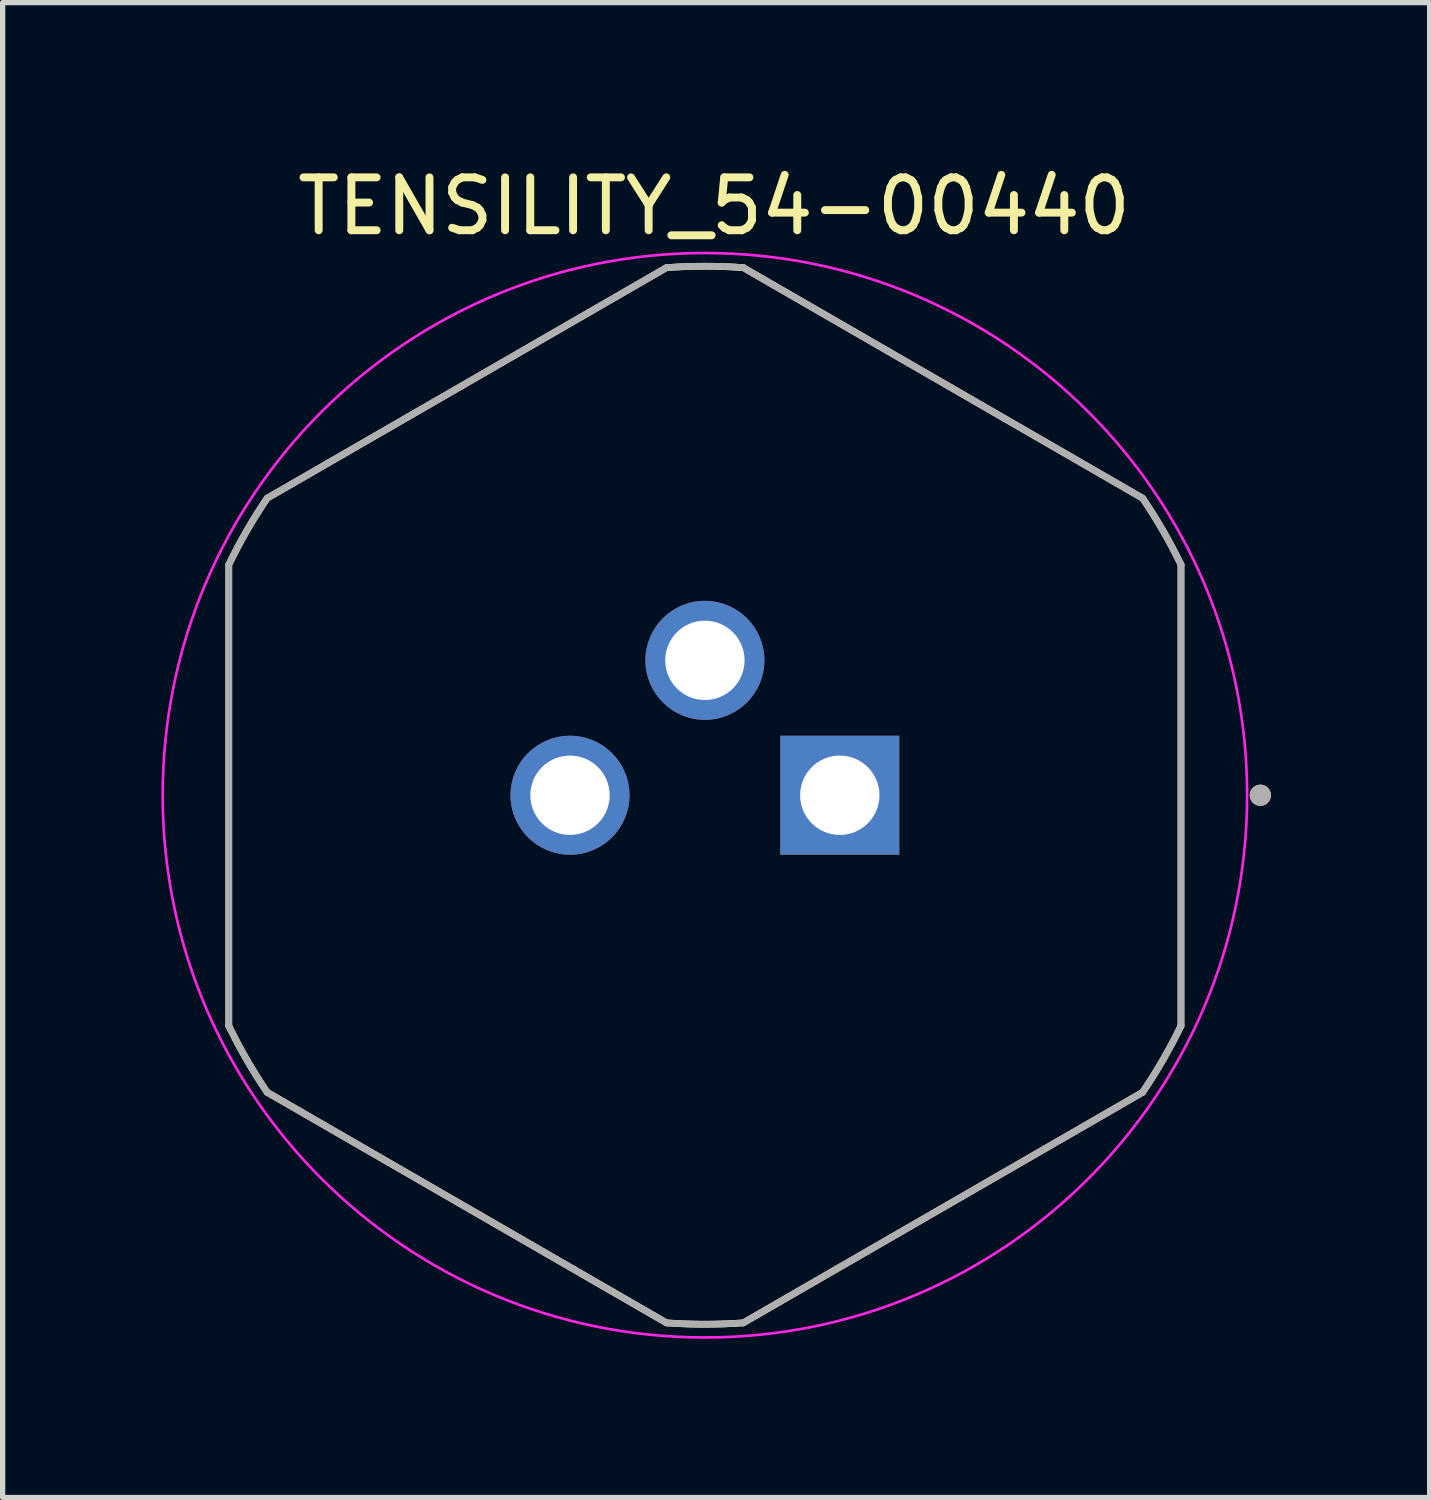
<source format=kicad_pcb>
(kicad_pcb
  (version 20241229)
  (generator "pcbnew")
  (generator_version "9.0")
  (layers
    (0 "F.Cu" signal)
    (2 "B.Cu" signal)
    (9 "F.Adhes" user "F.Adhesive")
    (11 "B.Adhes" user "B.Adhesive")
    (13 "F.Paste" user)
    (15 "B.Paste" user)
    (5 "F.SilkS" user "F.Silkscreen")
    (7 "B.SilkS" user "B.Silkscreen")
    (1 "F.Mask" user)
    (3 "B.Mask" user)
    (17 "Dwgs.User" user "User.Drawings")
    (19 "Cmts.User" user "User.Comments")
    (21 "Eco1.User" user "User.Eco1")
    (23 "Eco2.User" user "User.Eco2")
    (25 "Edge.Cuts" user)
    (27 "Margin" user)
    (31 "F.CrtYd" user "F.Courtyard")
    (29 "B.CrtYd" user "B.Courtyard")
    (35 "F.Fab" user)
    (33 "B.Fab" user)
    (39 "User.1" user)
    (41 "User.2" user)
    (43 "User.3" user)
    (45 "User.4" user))
  (footprint "TENSILITY_54-00440"
    (layer "F.Cu")
    (at 10.275 11.983)
    (property "Reference" "TENSILITY_54-00440" (at 0.175 -11.135 0) (layer "F.SilkS") (effects (font (size 1 1) (thickness 0.15))))
    (attr through_hole)
    (fp_line (start -9 -4.359) (end -9 4.359) (stroke (width 0.127) (type solid)) (layer "F.SilkS"))
    (fp_line (start -8.275 5.615) (end -0.725 9.974) (stroke (width 0.127) (type solid)) (layer "F.SilkS"))
    (fp_line (start -0.725 -9.974) (end -8.275 -5.615) (stroke (width 0.127) (type solid)) (layer "F.SilkS"))
    (fp_line (start 0.725 9.974) (end 8.275 5.615) (stroke (width 0.127) (type solid)) (layer "F.SilkS"))
    (fp_line (start 8.275 -5.615) (end 0.725 -9.974) (stroke (width 0.127) (type solid)) (layer "F.SilkS"))
    (fp_line (start 9 4.359) (end 9 -4.359) (stroke (width 0.127) (type solid)) (layer "F.SilkS"))
    (fp_arc (start -9 -4.3589) (mid -8.660255 -5.000001) (end -8.27492 -5.61478) (stroke (width 0.127) (type solid)) (layer "F.SilkS"))
    (fp_arc (start -8.27492 5.61478) (mid -8.660255 5.000001) (end -9 4.3589) (stroke (width 0.127) (type solid)) (layer "F.SilkS"))
    (fp_arc (start -0.725081 -9.97368) (mid 0 -10.000002) (end 0.725081 -9.97368) (stroke (width 0.127) (type solid)) (layer "F.SilkS"))
    (fp_arc (start 0.725081 9.97368) (mid 0 10.000002) (end -0.725081 9.97368) (stroke (width 0.127) (type solid)) (layer "F.SilkS"))
    (fp_arc (start 8.27492 -5.61478) (mid 8.660255 -5.000001) (end 9 -4.3589) (stroke (width 0.127) (type solid)) (layer "F.SilkS"))
    (fp_arc (start 9 4.3589) (mid 8.660255 5.000001) (end 8.27492 5.61478) (stroke (width 0.127) (type solid)) (layer "F.SilkS"))
    (fp_circle (center 10.5 0) (end 10.6 0) (stroke (width 0.2) (type solid)) (fill no) (layer "F.SilkS"))
    (fp_circle (center 0 0) (end 10.25 0) (stroke (width 0.05) (type solid)) (fill no) (layer "F.CrtYd"))
    (fp_line (start -9 -4.359) (end -9 4.359) (stroke (width 0.127) (type solid)) (layer "F.Fab"))
    (fp_line (start -8.275 5.615) (end -0.725 9.974) (stroke (width 0.127) (type solid)) (layer "F.Fab"))
    (fp_line (start -0.725 -9.974) (end -8.275 -5.615) (stroke (width 0.127) (type solid)) (layer "F.Fab"))
    (fp_line (start 0.725 9.974) (end 8.275 5.615) (stroke (width 0.127) (type solid)) (layer "F.Fab"))
    (fp_line (start 8.275 -5.615) (end 0.725 -9.974) (stroke (width 0.127) (type solid)) (layer "F.Fab"))
    (fp_line (start 9 4.359) (end 9 -4.359) (stroke (width 0.127) (type solid)) (layer "F.Fab"))
    (fp_arc (start -9 -4.3589) (mid -8.660255 -5.000001) (end -8.27492 -5.61478) (stroke (width 0.127) (type solid)) (layer "F.Fab"))
    (fp_arc (start -8.27492 5.61478) (mid -8.660255 5.000001) (end -9 4.3589) (stroke (width 0.127) (type solid)) (layer "F.Fab"))
    (fp_arc (start -0.725081 -9.97368) (mid 0 -10.000002) (end 0.725081 -9.97368) (stroke (width 0.127) (type solid)) (layer "F.Fab"))
    (fp_arc (start 0.725081 9.97368) (mid 0 10.000002) (end -0.725081 9.97368) (stroke (width 0.127) (type solid)) (layer "F.Fab"))
    (fp_arc (start 8.27492 -5.61478) (mid 8.660255 -5.000001) (end 9 -4.3589) (stroke (width 0.127) (type solid)) (layer "F.Fab"))
    (fp_arc (start 9 4.3589) (mid 8.660255 5.000001) (end 8.27492 5.61478) (stroke (width 0.127) (type solid)) (layer "F.Fab"))
    (fp_circle (center 10.5 0) (end 10.6 0) (stroke (width 0.2) (type solid)) (fill no) (layer "F.Fab"))
    (pad "1" thru_hole rect (at 2.55 0) (size 2.25 2.25) (drill 1.5) (layers "*.Cu" "*.Mask"))
    (pad "2" thru_hole circle (at 0 -2.55) (size 2.25 2.25) (drill 1.5) (layers "*.Cu" "*.Mask"))
    (pad "3" thru_hole circle (at -2.55 0) (size 2.25 2.25) (drill 1.5) (layers "*.Cu" "*.Mask")))
  (gr_rect
    (start -3 -3)
    (end 23.975 25.258)
    (stroke (width 0.1) (type default))
    (fill no)
    (layer "Edge.Cuts")))
</source>
